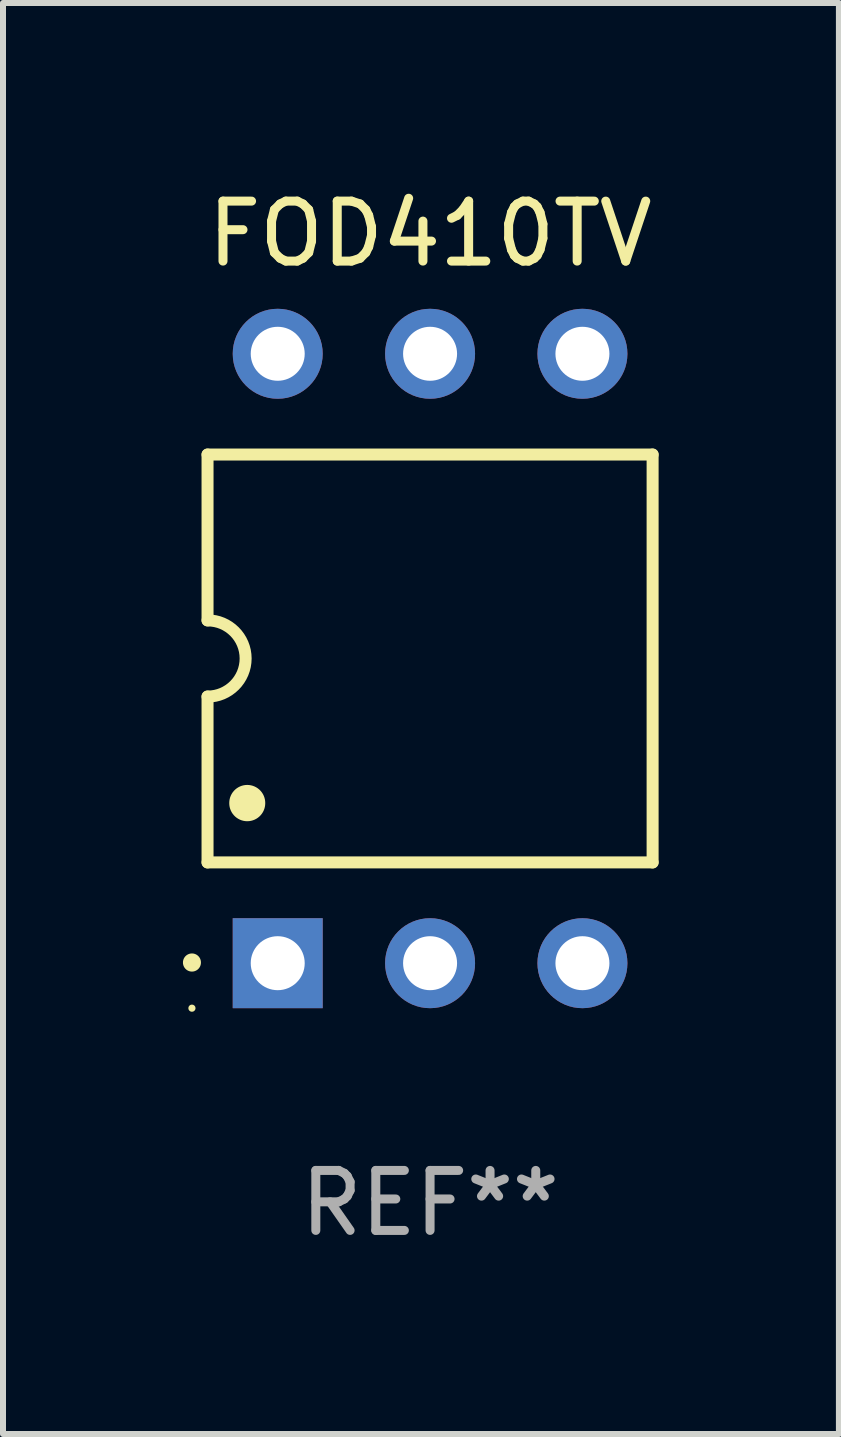
<source format=kicad_pcb>
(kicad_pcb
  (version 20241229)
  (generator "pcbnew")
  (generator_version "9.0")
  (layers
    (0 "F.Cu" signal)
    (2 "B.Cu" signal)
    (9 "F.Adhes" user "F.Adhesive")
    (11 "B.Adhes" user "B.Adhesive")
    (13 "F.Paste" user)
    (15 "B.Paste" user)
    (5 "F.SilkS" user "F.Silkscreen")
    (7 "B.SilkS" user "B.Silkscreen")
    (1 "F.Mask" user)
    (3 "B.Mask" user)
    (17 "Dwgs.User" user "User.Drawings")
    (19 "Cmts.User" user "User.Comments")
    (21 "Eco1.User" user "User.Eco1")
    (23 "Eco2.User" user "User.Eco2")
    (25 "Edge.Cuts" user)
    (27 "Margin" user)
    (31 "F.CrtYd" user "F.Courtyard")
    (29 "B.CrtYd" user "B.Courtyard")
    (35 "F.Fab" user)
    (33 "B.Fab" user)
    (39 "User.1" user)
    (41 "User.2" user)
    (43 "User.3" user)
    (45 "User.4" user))
  (footprint "FOD410TV"
    (layer "F.Cu")
    (at 4.12 7.928)
    (property "Reference" "FOD410TV" (at 0 -7.08 0) (layer "F.SilkS") (effects (font (size 1 1) (thickness 0.15))))
    (attr through_hole)
    (fp_line (start -3.71 -3.4) (end -3.71 -0.635) (stroke (width 0.2) (type solid)) (layer "F.SilkS"))
    (fp_line (start -3.71 -3.4) (end 3.71 -3.4) (stroke (width 0.2) (type solid)) (layer "F.SilkS"))
    (fp_line (start -3.71 0.634) (end -3.71 3.4) (stroke (width 0.2) (type solid)) (layer "F.SilkS"))
    (fp_line (start 3.71 3.4) (end -3.71 3.4) (stroke (width 0.2) (type solid)) (layer "F.SilkS"))
    (fp_line (start 3.71 3.4) (end 3.71 -3.4) (stroke (width 0.2) (type solid)) (layer "F.SilkS"))
    (fp_arc (start -3.970028 5.069901) (mid -3.970033 5.068631) (end -3.970028 5.067361) (stroke (width 0.3) (type solid)) (layer "F.SilkS"))
    (fp_arc (start -3.709982 -0.63495) (mid -3.074981 0.000051) (end -3.709982 0.635052) (stroke (width 0.2) (type solid)) (layer "F.SilkS"))
    (fp_arc (start -3.048006 2.413056) (mid -3.048017 2.410516) (end -3.048006 2.407976) (stroke (width 0.6) (type solid)) (layer "F.SilkS"))
    (fp_circle (center -3.97 5.83) (end -3.94 5.83) (stroke (width 0.06) (type solid)) (fill no) (layer "F.SilkS"))
    (fp_text user "REF**" (at 0 9.08 0) (layer "F.Fab") (effects (font (size 1 1) (thickness 0.15))))
    (pad "1" thru_hole rect (at -2.54 5.08 90) (size 1.5 1.5) (drill 0.9) (layers "*.Cu" "*.Mask"))
    (pad "2" thru_hole circle (at 0.000051 5.08) (size 1.5 1.5) (drill 0.9) (layers "*.Cu" "*.Mask"))
    (pad "3" thru_hole circle (at 2.54 5.08) (size 1.5 1.5) (drill 0.9) (layers "*.Cu" "*.Mask"))
    (pad "4" thru_hole circle (at 2.54 -5.08) (size 1.5 1.5) (drill 0.9) (layers "*.Cu" "*.Mask"))
    (pad "5" thru_hole circle (at 0.000051 -5.08) (size 1.5 1.5) (drill 0.9) (layers "*.Cu" "*.Mask"))
    (pad "6" thru_hole circle (at -2.54 -5.08) (size 1.5 1.5) (drill 0.9) (layers "*.Cu" "*.Mask")))
  (gr_rect
    (start -3 -3)
    (end 10.936 20.857)
    (stroke (width 0.1) (type default))
    (fill no)
    (layer "Edge.Cuts")))
</source>
